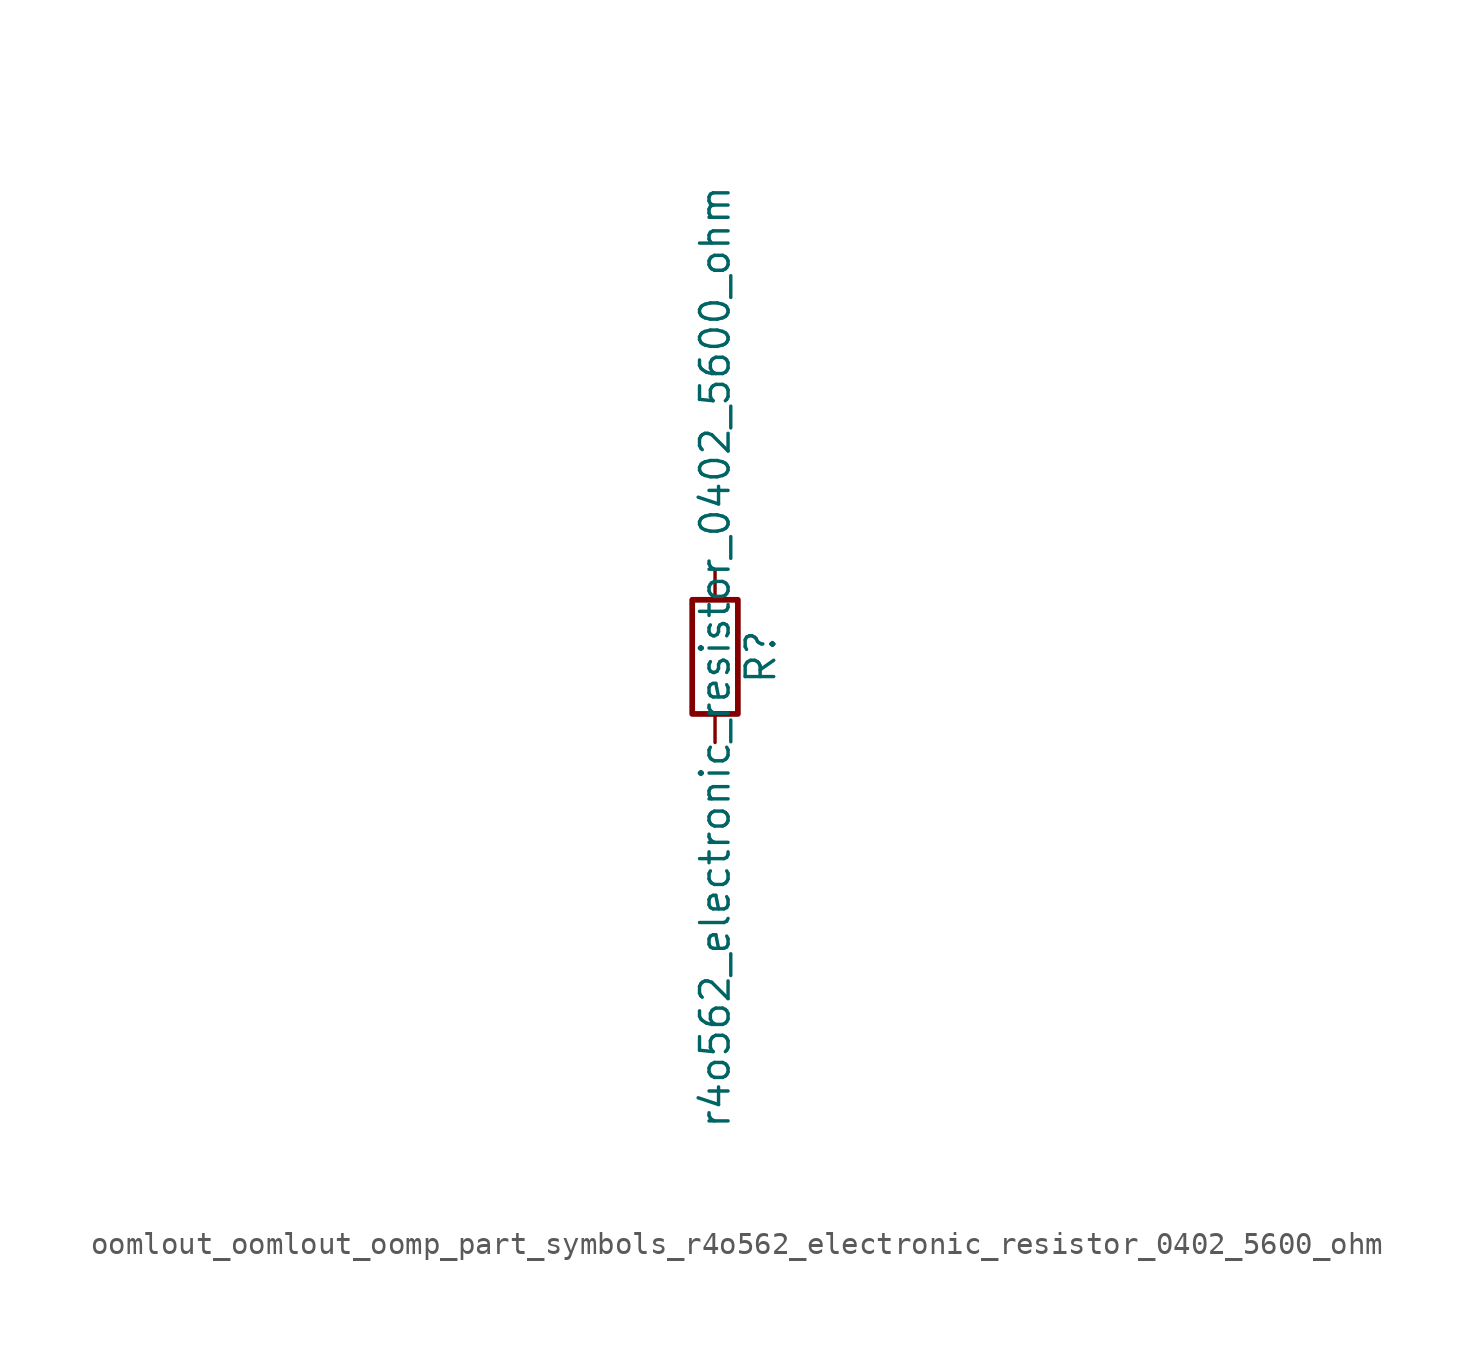
<source format=kicad_sym>
(kicad_symbol_lib
  (version 20220914)
  (generator kicad_symbol_editor)
  (symbol "oomlout_oomlout_oomp_part_symbols_r4o562_electronic_resistor_0402_5600_ohm"
    (pin_numbers hide)
    (pin_names
      (offset 0))
    (property "Reference" "R"
      (at 2.032 0 90)
      (effects (font (size 1.27 1.27))))
    (property "Value" "r4o562_electronic_resistor_0402_5600_ohm"
      (at 0 0 90)
      (effects (font (size 1.27 1.27))))
    (symbol "oomlout_oomlout_oomp_part_symbols_r4o562_electronic_resistor_0402_5600_ohm_0_1"
      (rectangle (start -1.016 -2.54) (end 1.016 2.54) (stroke (width 0.254) (type default)) (fill (type none))))
    (symbol "oomlout_oomlout_oomp_part_symbols_r4o562_electronic_resistor_0402_5600_ohm_1_1"
      (pin passive line (at 0 3.81 270) (length 1.27) (name "~" (effects (font (size 1.27 1.27)))) (number "1" (effects (font (size 1.27 1.27)))))
      (pin passive line (at 0 -3.81 90) (length 1.27) (name "~" (effects (font (size 1.27 1.27)))) (number "2" (effects (font (size 1.27 1.27))))))))
</source>
